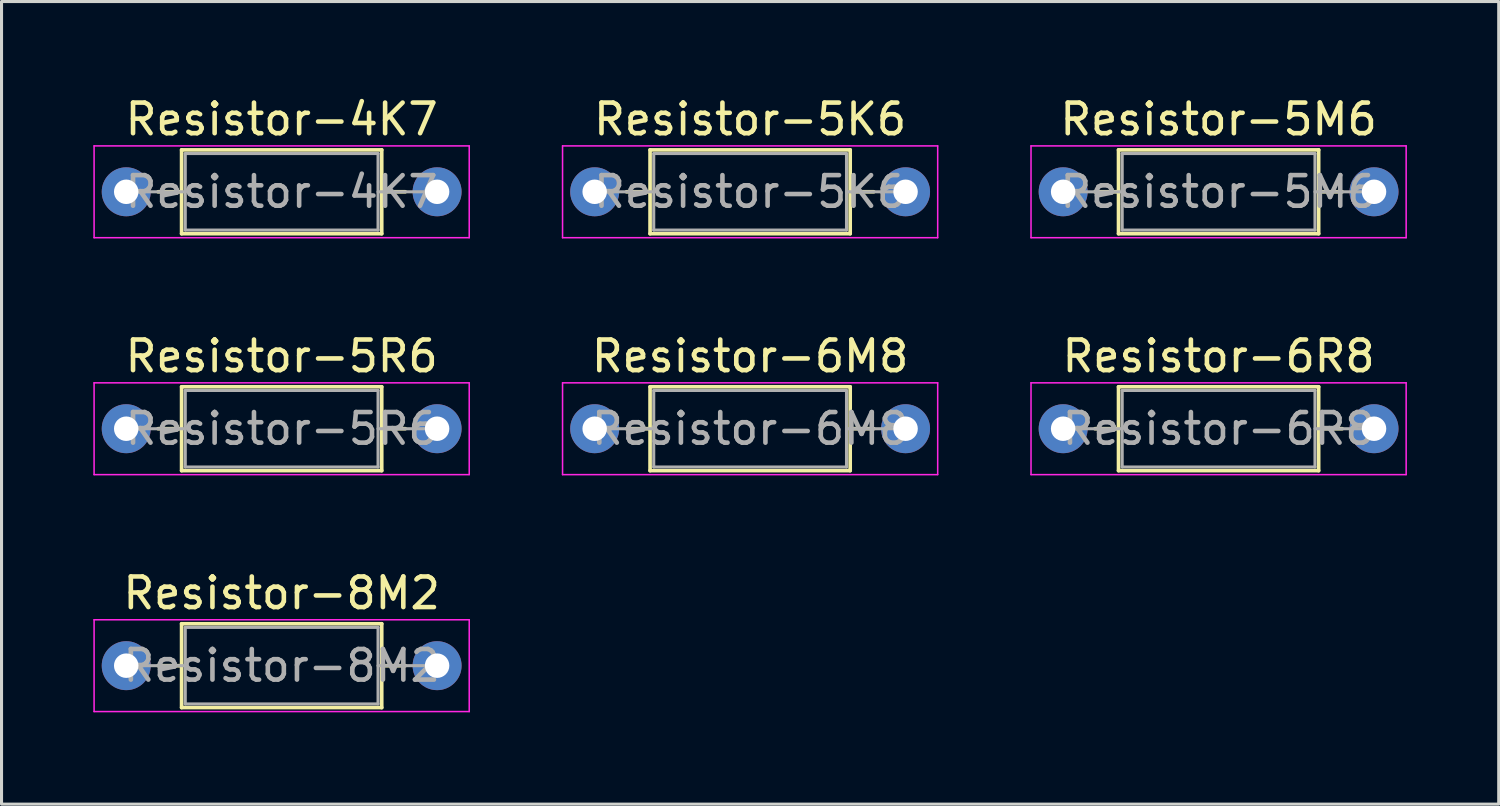
<source format=kicad_pcb>
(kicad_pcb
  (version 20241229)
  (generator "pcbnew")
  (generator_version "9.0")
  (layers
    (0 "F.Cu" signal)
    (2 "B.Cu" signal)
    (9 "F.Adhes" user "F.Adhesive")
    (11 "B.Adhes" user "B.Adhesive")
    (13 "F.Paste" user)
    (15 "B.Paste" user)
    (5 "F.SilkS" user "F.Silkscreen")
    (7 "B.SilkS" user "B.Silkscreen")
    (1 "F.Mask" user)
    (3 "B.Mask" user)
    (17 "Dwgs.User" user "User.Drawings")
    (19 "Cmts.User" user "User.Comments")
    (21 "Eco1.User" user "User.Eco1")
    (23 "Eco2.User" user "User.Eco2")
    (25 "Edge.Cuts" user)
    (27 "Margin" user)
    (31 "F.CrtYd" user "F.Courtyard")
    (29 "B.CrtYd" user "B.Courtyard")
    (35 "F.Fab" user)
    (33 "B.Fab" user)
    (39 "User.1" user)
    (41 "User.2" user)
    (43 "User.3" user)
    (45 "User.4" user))
  (footprint "Resistor-4K7"
    (layer "F.Cu")
    (at 6.155 3.218)
    (property "Reference" "Resistor-4K7" (at 0 -2.37 0) (layer "F.SilkS") (effects (font (size 1 1) (thickness 0.15))))
    (attr through_hole)
    (fp_line (start -4.04 0) (end -3.27 0) (stroke (width 0.12) (type solid)) (layer "F.SilkS"))
    (fp_line (start -3.27 -1.37) (end -3.27 1.37) (stroke (width 0.12) (type solid)) (layer "F.SilkS"))
    (fp_line (start -3.27 1.37) (end 3.27 1.37) (stroke (width 0.12) (type solid)) (layer "F.SilkS"))
    (fp_line (start 3.27 -1.37) (end -3.27 -1.37) (stroke (width 0.12) (type solid)) (layer "F.SilkS"))
    (fp_line (start 3.27 1.37) (end 3.27 -1.37) (stroke (width 0.12) (type solid)) (layer "F.SilkS"))
    (fp_line (start 4.04 0) (end 3.27 0) (stroke (width 0.12) (type solid)) (layer "F.SilkS"))
    (fp_line (start -6.13 -1.5) (end -6.13 1.5) (stroke (width 0.05) (type solid)) (layer "F.CrtYd"))
    (fp_line (start -6.13 1.5) (end 6.13 1.5) (stroke (width 0.05) (type solid)) (layer "F.CrtYd"))
    (fp_line (start 6.13 -1.5) (end -6.13 -1.5) (stroke (width 0.05) (type solid)) (layer "F.CrtYd"))
    (fp_line (start 6.13 1.5) (end 6.13 -1.5) (stroke (width 0.05) (type solid)) (layer "F.CrtYd"))
    (fp_line (start -5.08 0) (end -3.15 0) (stroke (width 0.1) (type solid)) (layer "F.Fab"))
    (fp_line (start -3.15 -1.25) (end -3.15 1.25) (stroke (width 0.1) (type solid)) (layer "F.Fab"))
    (fp_line (start -3.15 1.25) (end 3.15 1.25) (stroke (width 0.1) (type solid)) (layer "F.Fab"))
    (fp_line (start 3.15 -1.25) (end -3.15 -1.25) (stroke (width 0.1) (type solid)) (layer "F.Fab"))
    (fp_line (start 3.15 1.25) (end 3.15 -1.25) (stroke (width 0.1) (type solid)) (layer "F.Fab"))
    (fp_line (start 5.08 0) (end 3.15 0) (stroke (width 0.1) (type solid)) (layer "F.Fab"))
    (fp_text user "${REFERENCE}" (at 0 0 0) (layer "F.Fab") (effects (font (size 1 1) (thickness 0.15))))
    (pad "1" thru_hole circle (at -5.08 0) (size 1.6 1.6) (drill 0.8) (layers "*.Cu" "*.Mask"))
    (pad "2" thru_hole oval (at 5.08 0) (size 1.6 1.6) (drill 0.8) (layers "*.Cu" "*.Mask")))
  (footprint "Resistor-6M8"
    (layer "F.Cu")
    (at 21.465 10.961)
    (property "Reference" "Resistor-6M8" (at 0 -2.37 0) (layer "F.SilkS") (effects (font (size 1 1) (thickness 0.15))))
    (attr through_hole)
    (fp_line (start -4.04 0) (end -3.27 0) (stroke (width 0.12) (type solid)) (layer "F.SilkS"))
    (fp_line (start -3.27 -1.37) (end -3.27 1.37) (stroke (width 0.12) (type solid)) (layer "F.SilkS"))
    (fp_line (start -3.27 1.37) (end 3.27 1.37) (stroke (width 0.12) (type solid)) (layer "F.SilkS"))
    (fp_line (start 3.27 -1.37) (end -3.27 -1.37) (stroke (width 0.12) (type solid)) (layer "F.SilkS"))
    (fp_line (start 3.27 1.37) (end 3.27 -1.37) (stroke (width 0.12) (type solid)) (layer "F.SilkS"))
    (fp_line (start 4.04 0) (end 3.27 0) (stroke (width 0.12) (type solid)) (layer "F.SilkS"))
    (fp_line (start -6.13 -1.5) (end -6.13 1.5) (stroke (width 0.05) (type solid)) (layer "F.CrtYd"))
    (fp_line (start -6.13 1.5) (end 6.13 1.5) (stroke (width 0.05) (type solid)) (layer "F.CrtYd"))
    (fp_line (start 6.13 -1.5) (end -6.13 -1.5) (stroke (width 0.05) (type solid)) (layer "F.CrtYd"))
    (fp_line (start 6.13 1.5) (end 6.13 -1.5) (stroke (width 0.05) (type solid)) (layer "F.CrtYd"))
    (fp_line (start -5.08 0) (end -3.15 0) (stroke (width 0.1) (type solid)) (layer "F.Fab"))
    (fp_line (start -3.15 -1.25) (end -3.15 1.25) (stroke (width 0.1) (type solid)) (layer "F.Fab"))
    (fp_line (start -3.15 1.25) (end 3.15 1.25) (stroke (width 0.1) (type solid)) (layer "F.Fab"))
    (fp_line (start 3.15 -1.25) (end -3.15 -1.25) (stroke (width 0.1) (type solid)) (layer "F.Fab"))
    (fp_line (start 3.15 1.25) (end 3.15 -1.25) (stroke (width 0.1) (type solid)) (layer "F.Fab"))
    (fp_line (start 5.08 0) (end 3.15 0) (stroke (width 0.1) (type solid)) (layer "F.Fab"))
    (fp_text user "${REFERENCE}" (at 0 0 0) (layer "F.Fab") (effects (font (size 1 1) (thickness 0.15))))
    (pad "1" thru_hole circle (at -5.08 0) (size 1.6 1.6) (drill 0.8) (layers "*.Cu" "*.Mask"))
    (pad "2" thru_hole oval (at 5.08 0) (size 1.6 1.6) (drill 0.8) (layers "*.Cu" "*.Mask")))
  (footprint "Resistor-5K6"
    (layer "F.Cu")
    (at 21.465 3.218)
    (property "Reference" "Resistor-5K6" (at 0 -2.37 0) (layer "F.SilkS") (effects (font (size 1 1) (thickness 0.15))))
    (attr through_hole)
    (fp_line (start -4.04 0) (end -3.27 0) (stroke (width 0.12) (type solid)) (layer "F.SilkS"))
    (fp_line (start -3.27 -1.37) (end -3.27 1.37) (stroke (width 0.12) (type solid)) (layer "F.SilkS"))
    (fp_line (start -3.27 1.37) (end 3.27 1.37) (stroke (width 0.12) (type solid)) (layer "F.SilkS"))
    (fp_line (start 3.27 -1.37) (end -3.27 -1.37) (stroke (width 0.12) (type solid)) (layer "F.SilkS"))
    (fp_line (start 3.27 1.37) (end 3.27 -1.37) (stroke (width 0.12) (type solid)) (layer "F.SilkS"))
    (fp_line (start 4.04 0) (end 3.27 0) (stroke (width 0.12) (type solid)) (layer "F.SilkS"))
    (fp_line (start -6.13 -1.5) (end -6.13 1.5) (stroke (width 0.05) (type solid)) (layer "F.CrtYd"))
    (fp_line (start -6.13 1.5) (end 6.13 1.5) (stroke (width 0.05) (type solid)) (layer "F.CrtYd"))
    (fp_line (start 6.13 -1.5) (end -6.13 -1.5) (stroke (width 0.05) (type solid)) (layer "F.CrtYd"))
    (fp_line (start 6.13 1.5) (end 6.13 -1.5) (stroke (width 0.05) (type solid)) (layer "F.CrtYd"))
    (fp_line (start -5.08 0) (end -3.15 0) (stroke (width 0.1) (type solid)) (layer "F.Fab"))
    (fp_line (start -3.15 -1.25) (end -3.15 1.25) (stroke (width 0.1) (type solid)) (layer "F.Fab"))
    (fp_line (start -3.15 1.25) (end 3.15 1.25) (stroke (width 0.1) (type solid)) (layer "F.Fab"))
    (fp_line (start 3.15 -1.25) (end -3.15 -1.25) (stroke (width 0.1) (type solid)) (layer "F.Fab"))
    (fp_line (start 3.15 1.25) (end 3.15 -1.25) (stroke (width 0.1) (type solid)) (layer "F.Fab"))
    (fp_line (start 5.08 0) (end 3.15 0) (stroke (width 0.1) (type solid)) (layer "F.Fab"))
    (fp_text user "${REFERENCE}" (at 0 0 0) (layer "F.Fab") (effects (font (size 1 1) (thickness 0.15))))
    (pad "1" thru_hole circle (at -5.08 0) (size 1.6 1.6) (drill 0.8) (layers "*.Cu" "*.Mask"))
    (pad "2" thru_hole oval (at 5.08 0) (size 1.6 1.6) (drill 0.8) (layers "*.Cu" "*.Mask")))
  (footprint "Resistor-5M6"
    (layer "F.Cu")
    (at 36.775 3.218)
    (property "Reference" "Resistor-5M6" (at 0 -2.37 0) (layer "F.SilkS") (effects (font (size 1 1) (thickness 0.15))))
    (attr through_hole)
    (fp_line (start -4.04 0) (end -3.27 0) (stroke (width 0.12) (type solid)) (layer "F.SilkS"))
    (fp_line (start -3.27 -1.37) (end -3.27 1.37) (stroke (width 0.12) (type solid)) (layer "F.SilkS"))
    (fp_line (start -3.27 1.37) (end 3.27 1.37) (stroke (width 0.12) (type solid)) (layer "F.SilkS"))
    (fp_line (start 3.27 -1.37) (end -3.27 -1.37) (stroke (width 0.12) (type solid)) (layer "F.SilkS"))
    (fp_line (start 3.27 1.37) (end 3.27 -1.37) (stroke (width 0.12) (type solid)) (layer "F.SilkS"))
    (fp_line (start 4.04 0) (end 3.27 0) (stroke (width 0.12) (type solid)) (layer "F.SilkS"))
    (fp_line (start -6.13 -1.5) (end -6.13 1.5) (stroke (width 0.05) (type solid)) (layer "F.CrtYd"))
    (fp_line (start -6.13 1.5) (end 6.13 1.5) (stroke (width 0.05) (type solid)) (layer "F.CrtYd"))
    (fp_line (start 6.13 -1.5) (end -6.13 -1.5) (stroke (width 0.05) (type solid)) (layer "F.CrtYd"))
    (fp_line (start 6.13 1.5) (end 6.13 -1.5) (stroke (width 0.05) (type solid)) (layer "F.CrtYd"))
    (fp_line (start -5.08 0) (end -3.15 0) (stroke (width 0.1) (type solid)) (layer "F.Fab"))
    (fp_line (start -3.15 -1.25) (end -3.15 1.25) (stroke (width 0.1) (type solid)) (layer "F.Fab"))
    (fp_line (start -3.15 1.25) (end 3.15 1.25) (stroke (width 0.1) (type solid)) (layer "F.Fab"))
    (fp_line (start 3.15 -1.25) (end -3.15 -1.25) (stroke (width 0.1) (type solid)) (layer "F.Fab"))
    (fp_line (start 3.15 1.25) (end 3.15 -1.25) (stroke (width 0.1) (type solid)) (layer "F.Fab"))
    (fp_line (start 5.08 0) (end 3.15 0) (stroke (width 0.1) (type solid)) (layer "F.Fab"))
    (fp_text user "${REFERENCE}" (at 0 0 0) (layer "F.Fab") (effects (font (size 1 1) (thickness 0.15))))
    (pad "1" thru_hole circle (at -5.08 0) (size 1.6 1.6) (drill 0.8) (layers "*.Cu" "*.Mask"))
    (pad "2" thru_hole oval (at 5.08 0) (size 1.6 1.6) (drill 0.8) (layers "*.Cu" "*.Mask")))
  (footprint "Resistor-5R6"
    (layer "F.Cu")
    (at 6.155 10.961)
    (property "Reference" "Resistor-5R6" (at 0 -2.37 0) (layer "F.SilkS") (effects (font (size 1 1) (thickness 0.15))))
    (attr through_hole)
    (fp_line (start -4.04 0) (end -3.27 0) (stroke (width 0.12) (type solid)) (layer "F.SilkS"))
    (fp_line (start -3.27 -1.37) (end -3.27 1.37) (stroke (width 0.12) (type solid)) (layer "F.SilkS"))
    (fp_line (start -3.27 1.37) (end 3.27 1.37) (stroke (width 0.12) (type solid)) (layer "F.SilkS"))
    (fp_line (start 3.27 -1.37) (end -3.27 -1.37) (stroke (width 0.12) (type solid)) (layer "F.SilkS"))
    (fp_line (start 3.27 1.37) (end 3.27 -1.37) (stroke (width 0.12) (type solid)) (layer "F.SilkS"))
    (fp_line (start 4.04 0) (end 3.27 0) (stroke (width 0.12) (type solid)) (layer "F.SilkS"))
    (fp_line (start -6.13 -1.5) (end -6.13 1.5) (stroke (width 0.05) (type solid)) (layer "F.CrtYd"))
    (fp_line (start -6.13 1.5) (end 6.13 1.5) (stroke (width 0.05) (type solid)) (layer "F.CrtYd"))
    (fp_line (start 6.13 -1.5) (end -6.13 -1.5) (stroke (width 0.05) (type solid)) (layer "F.CrtYd"))
    (fp_line (start 6.13 1.5) (end 6.13 -1.5) (stroke (width 0.05) (type solid)) (layer "F.CrtYd"))
    (fp_line (start -5.08 0) (end -3.15 0) (stroke (width 0.1) (type solid)) (layer "F.Fab"))
    (fp_line (start -3.15 -1.25) (end -3.15 1.25) (stroke (width 0.1) (type solid)) (layer "F.Fab"))
    (fp_line (start -3.15 1.25) (end 3.15 1.25) (stroke (width 0.1) (type solid)) (layer "F.Fab"))
    (fp_line (start 3.15 -1.25) (end -3.15 -1.25) (stroke (width 0.1) (type solid)) (layer "F.Fab"))
    (fp_line (start 3.15 1.25) (end 3.15 -1.25) (stroke (width 0.1) (type solid)) (layer "F.Fab"))
    (fp_line (start 5.08 0) (end 3.15 0) (stroke (width 0.1) (type solid)) (layer "F.Fab"))
    (fp_text user "${REFERENCE}" (at 0 0 0) (layer "F.Fab") (effects (font (size 1 1) (thickness 0.15))))
    (pad "1" thru_hole circle (at -5.08 0) (size 1.6 1.6) (drill 0.8) (layers "*.Cu" "*.Mask"))
    (pad "2" thru_hole oval (at 5.08 0) (size 1.6 1.6) (drill 0.8) (layers "*.Cu" "*.Mask")))
  (footprint "Resistor-8M2"
    (layer "F.Cu")
    (at 6.155 18.705)
    (property "Reference" "Resistor-8M2" (at 0 -2.37 0) (layer "F.SilkS") (effects (font (size 1 1) (thickness 0.15))))
    (attr through_hole)
    (fp_line (start -4.04 0) (end -3.27 0) (stroke (width 0.12) (type solid)) (layer "F.SilkS"))
    (fp_line (start -3.27 -1.37) (end -3.27 1.37) (stroke (width 0.12) (type solid)) (layer "F.SilkS"))
    (fp_line (start -3.27 1.37) (end 3.27 1.37) (stroke (width 0.12) (type solid)) (layer "F.SilkS"))
    (fp_line (start 3.27 -1.37) (end -3.27 -1.37) (stroke (width 0.12) (type solid)) (layer "F.SilkS"))
    (fp_line (start 3.27 1.37) (end 3.27 -1.37) (stroke (width 0.12) (type solid)) (layer "F.SilkS"))
    (fp_line (start 4.04 0) (end 3.27 0) (stroke (width 0.12) (type solid)) (layer "F.SilkS"))
    (fp_line (start -6.13 -1.5) (end -6.13 1.5) (stroke (width 0.05) (type solid)) (layer "F.CrtYd"))
    (fp_line (start -6.13 1.5) (end 6.13 1.5) (stroke (width 0.05) (type solid)) (layer "F.CrtYd"))
    (fp_line (start 6.13 -1.5) (end -6.13 -1.5) (stroke (width 0.05) (type solid)) (layer "F.CrtYd"))
    (fp_line (start 6.13 1.5) (end 6.13 -1.5) (stroke (width 0.05) (type solid)) (layer "F.CrtYd"))
    (fp_line (start -5.08 0) (end -3.15 0) (stroke (width 0.1) (type solid)) (layer "F.Fab"))
    (fp_line (start -3.15 -1.25) (end -3.15 1.25) (stroke (width 0.1) (type solid)) (layer "F.Fab"))
    (fp_line (start -3.15 1.25) (end 3.15 1.25) (stroke (width 0.1) (type solid)) (layer "F.Fab"))
    (fp_line (start 3.15 -1.25) (end -3.15 -1.25) (stroke (width 0.1) (type solid)) (layer "F.Fab"))
    (fp_line (start 3.15 1.25) (end 3.15 -1.25) (stroke (width 0.1) (type solid)) (layer "F.Fab"))
    (fp_line (start 5.08 0) (end 3.15 0) (stroke (width 0.1) (type solid)) (layer "F.Fab"))
    (fp_text user "${REFERENCE}" (at 0 0 0) (layer "F.Fab") (effects (font (size 1 1) (thickness 0.15))))
    (pad "1" thru_hole circle (at -5.08 0) (size 1.6 1.6) (drill 0.8) (layers "*.Cu" "*.Mask"))
    (pad "2" thru_hole oval (at 5.08 0) (size 1.6 1.6) (drill 0.8) (layers "*.Cu" "*.Mask")))
  (footprint "Resistor-6R8"
    (layer "F.Cu")
    (at 36.775 10.961)
    (property "Reference" "Resistor-6R8" (at 0 -2.37 0) (layer "F.SilkS") (effects (font (size 1 1) (thickness 0.15))))
    (attr through_hole)
    (fp_line (start -4.04 0) (end -3.27 0) (stroke (width 0.12) (type solid)) (layer "F.SilkS"))
    (fp_line (start -3.27 -1.37) (end -3.27 1.37) (stroke (width 0.12) (type solid)) (layer "F.SilkS"))
    (fp_line (start -3.27 1.37) (end 3.27 1.37) (stroke (width 0.12) (type solid)) (layer "F.SilkS"))
    (fp_line (start 3.27 -1.37) (end -3.27 -1.37) (stroke (width 0.12) (type solid)) (layer "F.SilkS"))
    (fp_line (start 3.27 1.37) (end 3.27 -1.37) (stroke (width 0.12) (type solid)) (layer "F.SilkS"))
    (fp_line (start 4.04 0) (end 3.27 0) (stroke (width 0.12) (type solid)) (layer "F.SilkS"))
    (fp_line (start -6.13 -1.5) (end -6.13 1.5) (stroke (width 0.05) (type solid)) (layer "F.CrtYd"))
    (fp_line (start -6.13 1.5) (end 6.13 1.5) (stroke (width 0.05) (type solid)) (layer "F.CrtYd"))
    (fp_line (start 6.13 -1.5) (end -6.13 -1.5) (stroke (width 0.05) (type solid)) (layer "F.CrtYd"))
    (fp_line (start 6.13 1.5) (end 6.13 -1.5) (stroke (width 0.05) (type solid)) (layer "F.CrtYd"))
    (fp_line (start -5.08 0) (end -3.15 0) (stroke (width 0.1) (type solid)) (layer "F.Fab"))
    (fp_line (start -3.15 -1.25) (end -3.15 1.25) (stroke (width 0.1) (type solid)) (layer "F.Fab"))
    (fp_line (start -3.15 1.25) (end 3.15 1.25) (stroke (width 0.1) (type solid)) (layer "F.Fab"))
    (fp_line (start 3.15 -1.25) (end -3.15 -1.25) (stroke (width 0.1) (type solid)) (layer "F.Fab"))
    (fp_line (start 3.15 1.25) (end 3.15 -1.25) (stroke (width 0.1) (type solid)) (layer "F.Fab"))
    (fp_line (start 5.08 0) (end 3.15 0) (stroke (width 0.1) (type solid)) (layer "F.Fab"))
    (fp_text user "${REFERENCE}" (at 0 0 0) (layer "F.Fab") (effects (font (size 1 1) (thickness 0.15))))
    (pad "1" thru_hole circle (at -5.08 0) (size 1.6 1.6) (drill 0.8) (layers "*.Cu" "*.Mask"))
    (pad "2" thru_hole oval (at 5.08 0) (size 1.6 1.6) (drill 0.8) (layers "*.Cu" "*.Mask")))
  (gr_rect
    (start -3 -3)
    (end 45.93 23.23)
    (stroke (width 0.1) (type default))
    (fill no)
    (layer "Edge.Cuts")))
</source>
